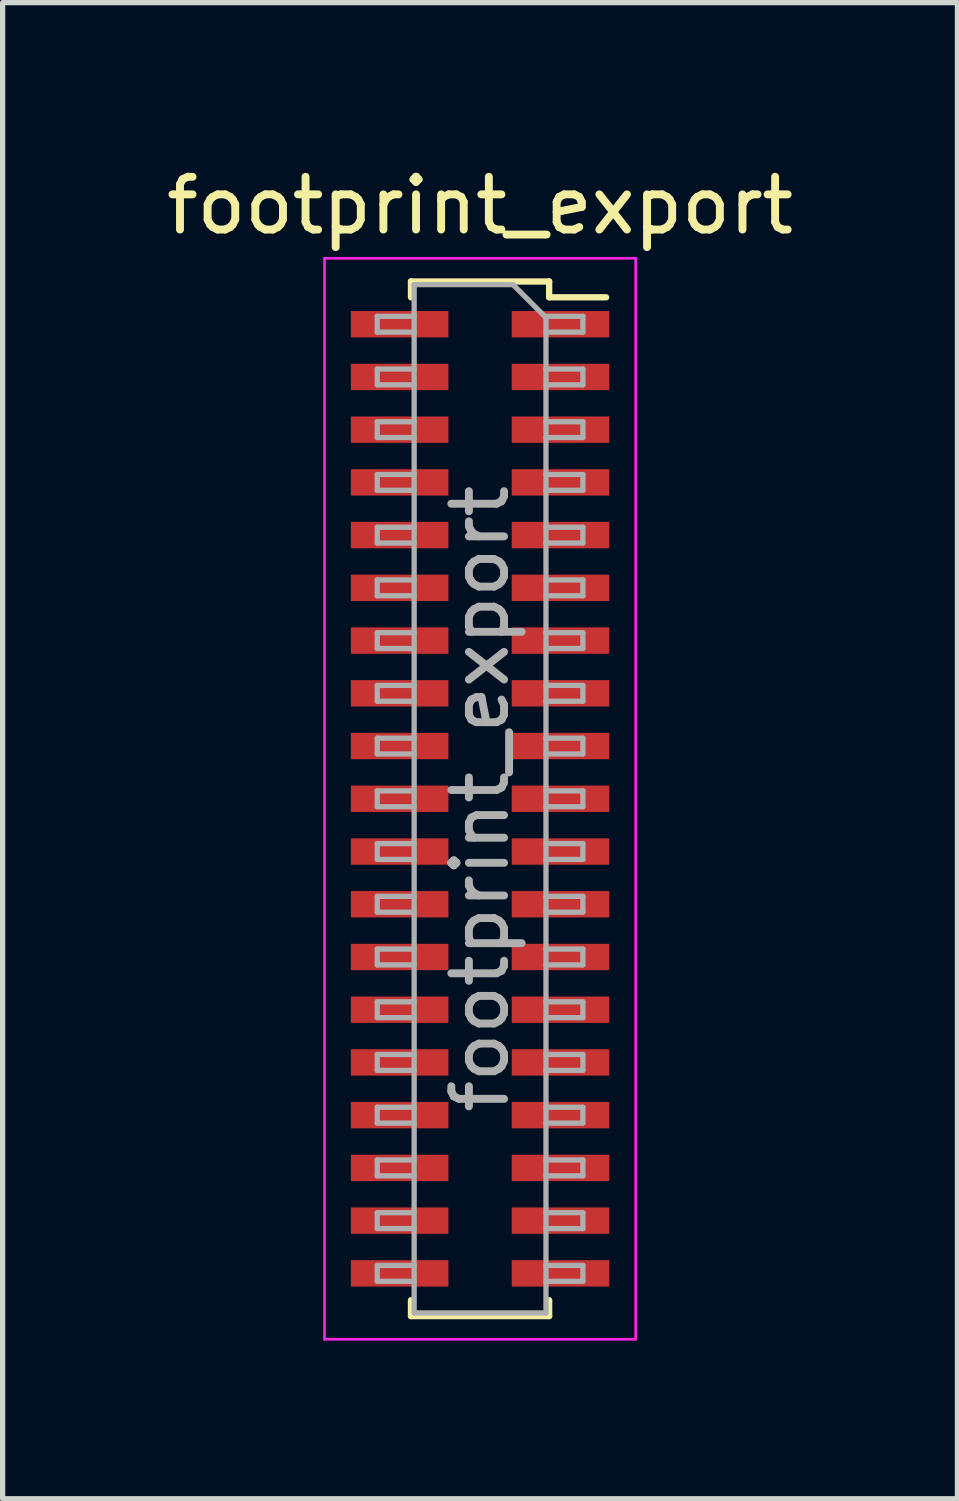
<source format=kicad_pcb>
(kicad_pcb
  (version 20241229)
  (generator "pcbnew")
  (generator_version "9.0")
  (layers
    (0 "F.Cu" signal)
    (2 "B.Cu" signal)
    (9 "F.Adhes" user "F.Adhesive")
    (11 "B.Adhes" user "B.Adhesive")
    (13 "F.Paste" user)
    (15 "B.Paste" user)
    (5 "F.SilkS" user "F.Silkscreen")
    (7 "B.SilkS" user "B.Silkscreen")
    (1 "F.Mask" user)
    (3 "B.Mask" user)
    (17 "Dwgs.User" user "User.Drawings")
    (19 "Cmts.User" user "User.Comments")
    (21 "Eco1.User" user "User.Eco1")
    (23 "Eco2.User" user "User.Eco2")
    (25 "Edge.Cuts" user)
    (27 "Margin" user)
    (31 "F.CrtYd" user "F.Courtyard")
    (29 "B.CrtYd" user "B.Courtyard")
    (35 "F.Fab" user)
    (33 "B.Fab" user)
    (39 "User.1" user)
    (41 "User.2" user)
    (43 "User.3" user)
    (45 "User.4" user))
  (footprint "footprint_export"
    (layer "F.Cu")
    (at 6.054 12.098)
    (property "Reference" "footprint_export" (at 0 -11.25 0) (layer "F.SilkS") (effects (font (size 1 1) (thickness 0.15))))
    (attr smd)
    (fp_line (start -1.31 -9.81) (end -1.31 -9.51) (stroke (width 0.12) (type solid)) (layer "F.SilkS"))
    (fp_line (start -1.31 -9.81) (end 1.31 -9.81) (stroke (width 0.12) (type solid)) (layer "F.SilkS"))
    (fp_line (start -1.31 9.51) (end -1.31 9.81) (stroke (width 0.12) (type solid)) (layer "F.SilkS"))
    (fp_line (start -1.31 9.81) (end 1.31 9.81) (stroke (width 0.12) (type solid)) (layer "F.SilkS"))
    (fp_line (start 1.31 -9.81) (end 1.31 -9.51) (stroke (width 0.12) (type solid)) (layer "F.SilkS"))
    (fp_line (start 1.31 -9.51) (end 2.39 -9.51) (stroke (width 0.12) (type solid)) (layer "F.SilkS"))
    (fp_line (start 1.31 9.51) (end 1.31 9.81) (stroke (width 0.12) (type solid)) (layer "F.SilkS"))
    (fp_line (start -2.95 -10.25) (end 2.95 -10.25) (stroke (width 0.05) (type solid)) (layer "F.CrtYd"))
    (fp_line (start -2.95 10.25) (end -2.95 -10.25) (stroke (width 0.05) (type solid)) (layer "F.CrtYd"))
    (fp_line (start 2.95 -10.25) (end 2.95 10.25) (stroke (width 0.05) (type solid)) (layer "F.CrtYd"))
    (fp_line (start 2.95 10.25) (end -2.95 10.25) (stroke (width 0.05) (type solid)) (layer "F.CrtYd"))
    (fp_line (start -1.95 -9.15) (end -1.25 -9.15) (stroke (width 0.1) (type solid)) (layer "F.Fab"))
    (fp_line (start -1.95 -8.85) (end -1.95 -9.15) (stroke (width 0.1) (type solid)) (layer "F.Fab"))
    (fp_line (start -1.95 -8.15) (end -1.25 -8.15) (stroke (width 0.1) (type solid)) (layer "F.Fab"))
    (fp_line (start -1.95 -7.85) (end -1.95 -8.15) (stroke (width 0.1) (type solid)) (layer "F.Fab"))
    (fp_line (start -1.95 -7.15) (end -1.25 -7.15) (stroke (width 0.1) (type solid)) (layer "F.Fab"))
    (fp_line (start -1.95 -6.85) (end -1.95 -7.15) (stroke (width 0.1) (type solid)) (layer "F.Fab"))
    (fp_line (start -1.95 -6.15) (end -1.25 -6.15) (stroke (width 0.1) (type solid)) (layer "F.Fab"))
    (fp_line (start -1.95 -5.85) (end -1.95 -6.15) (stroke (width 0.1) (type solid)) (layer "F.Fab"))
    (fp_line (start -1.95 -5.15) (end -1.25 -5.15) (stroke (width 0.1) (type solid)) (layer "F.Fab"))
    (fp_line (start -1.95 -4.85) (end -1.95 -5.15) (stroke (width 0.1) (type solid)) (layer "F.Fab"))
    (fp_line (start -1.95 -4.15) (end -1.25 -4.15) (stroke (width 0.1) (type solid)) (layer "F.Fab"))
    (fp_line (start -1.95 -3.85) (end -1.95 -4.15) (stroke (width 0.1) (type solid)) (layer "F.Fab"))
    (fp_line (start -1.95 -3.15) (end -1.25 -3.15) (stroke (width 0.1) (type solid)) (layer "F.Fab"))
    (fp_line (start -1.95 -2.85) (end -1.95 -3.15) (stroke (width 0.1) (type solid)) (layer "F.Fab"))
    (fp_line (start -1.95 -2.15) (end -1.25 -2.15) (stroke (width 0.1) (type solid)) (layer "F.Fab"))
    (fp_line (start -1.95 -1.85) (end -1.95 -2.15) (stroke (width 0.1) (type solid)) (layer "F.Fab"))
    (fp_line (start -1.95 -1.15) (end -1.25 -1.15) (stroke (width 0.1) (type solid)) (layer "F.Fab"))
    (fp_line (start -1.95 -0.85) (end -1.95 -1.15) (stroke (width 0.1) (type solid)) (layer "F.Fab"))
    (fp_line (start -1.95 -0.15) (end -1.25 -0.15) (stroke (width 0.1) (type solid)) (layer "F.Fab"))
    (fp_line (start -1.95 0.15) (end -1.95 -0.15) (stroke (width 0.1) (type solid)) (layer "F.Fab"))
    (fp_line (start -1.95 0.85) (end -1.25 0.85) (stroke (width 0.1) (type solid)) (layer "F.Fab"))
    (fp_line (start -1.95 1.15) (end -1.95 0.85) (stroke (width 0.1) (type solid)) (layer "F.Fab"))
    (fp_line (start -1.95 1.85) (end -1.25 1.85) (stroke (width 0.1) (type solid)) (layer "F.Fab"))
    (fp_line (start -1.95 2.15) (end -1.95 1.85) (stroke (width 0.1) (type solid)) (layer "F.Fab"))
    (fp_line (start -1.95 2.85) (end -1.25 2.85) (stroke (width 0.1) (type solid)) (layer "F.Fab"))
    (fp_line (start -1.95 3.15) (end -1.95 2.85) (stroke (width 0.1) (type solid)) (layer "F.Fab"))
    (fp_line (start -1.95 3.85) (end -1.25 3.85) (stroke (width 0.1) (type solid)) (layer "F.Fab"))
    (fp_line (start -1.95 4.15) (end -1.95 3.85) (stroke (width 0.1) (type solid)) (layer "F.Fab"))
    (fp_line (start -1.95 4.85) (end -1.25 4.85) (stroke (width 0.1) (type solid)) (layer "F.Fab"))
    (fp_line (start -1.95 5.15) (end -1.95 4.85) (stroke (width 0.1) (type solid)) (layer "F.Fab"))
    (fp_line (start -1.95 5.85) (end -1.25 5.85) (stroke (width 0.1) (type solid)) (layer "F.Fab"))
    (fp_line (start -1.95 6.15) (end -1.95 5.85) (stroke (width 0.1) (type solid)) (layer "F.Fab"))
    (fp_line (start -1.95 6.85) (end -1.25 6.85) (stroke (width 0.1) (type solid)) (layer "F.Fab"))
    (fp_line (start -1.95 7.15) (end -1.95 6.85) (stroke (width 0.1) (type solid)) (layer "F.Fab"))
    (fp_line (start -1.95 7.85) (end -1.25 7.85) (stroke (width 0.1) (type solid)) (layer "F.Fab"))
    (fp_line (start -1.95 8.15) (end -1.95 7.85) (stroke (width 0.1) (type solid)) (layer "F.Fab"))
    (fp_line (start -1.95 8.85) (end -1.25 8.85) (stroke (width 0.1) (type solid)) (layer "F.Fab"))
    (fp_line (start -1.95 9.15) (end -1.95 8.85) (stroke (width 0.1) (type solid)) (layer "F.Fab"))
    (fp_line (start -1.25 -9.75) (end 0.625 -9.75) (stroke (width 0.1) (type solid)) (layer "F.Fab"))
    (fp_line (start -1.25 -8.85) (end -1.95 -8.85) (stroke (width 0.1) (type solid)) (layer "F.Fab"))
    (fp_line (start -1.25 -7.85) (end -1.95 -7.85) (stroke (width 0.1) (type solid)) (layer "F.Fab"))
    (fp_line (start -1.25 -6.85) (end -1.95 -6.85) (stroke (width 0.1) (type solid)) (layer "F.Fab"))
    (fp_line (start -1.25 -5.85) (end -1.95 -5.85) (stroke (width 0.1) (type solid)) (layer "F.Fab"))
    (fp_line (start -1.25 -4.85) (end -1.95 -4.85) (stroke (width 0.1) (type solid)) (layer "F.Fab"))
    (fp_line (start -1.25 -3.85) (end -1.95 -3.85) (stroke (width 0.1) (type solid)) (layer "F.Fab"))
    (fp_line (start -1.25 -2.85) (end -1.95 -2.85) (stroke (width 0.1) (type solid)) (layer "F.Fab"))
    (fp_line (start -1.25 -1.85) (end -1.95 -1.85) (stroke (width 0.1) (type solid)) (layer "F.Fab"))
    (fp_line (start -1.25 -0.85) (end -1.95 -0.85) (stroke (width 0.1) (type solid)) (layer "F.Fab"))
    (fp_line (start -1.25 0.15) (end -1.95 0.15) (stroke (width 0.1) (type solid)) (layer "F.Fab"))
    (fp_line (start -1.25 1.15) (end -1.95 1.15) (stroke (width 0.1) (type solid)) (layer "F.Fab"))
    (fp_line (start -1.25 2.15) (end -1.95 2.15) (stroke (width 0.1) (type solid)) (layer "F.Fab"))
    (fp_line (start -1.25 3.15) (end -1.95 3.15) (stroke (width 0.1) (type solid)) (layer "F.Fab"))
    (fp_line (start -1.25 4.15) (end -1.95 4.15) (stroke (width 0.1) (type solid)) (layer "F.Fab"))
    (fp_line (start -1.25 5.15) (end -1.95 5.15) (stroke (width 0.1) (type solid)) (layer "F.Fab"))
    (fp_line (start -1.25 6.15) (end -1.95 6.15) (stroke (width 0.1) (type solid)) (layer "F.Fab"))
    (fp_line (start -1.25 7.15) (end -1.95 7.15) (stroke (width 0.1) (type solid)) (layer "F.Fab"))
    (fp_line (start -1.25 8.15) (end -1.95 8.15) (stroke (width 0.1) (type solid)) (layer "F.Fab"))
    (fp_line (start -1.25 9.15) (end -1.95 9.15) (stroke (width 0.1) (type solid)) (layer "F.Fab"))
    (fp_line (start -1.25 9.75) (end -1.25 -9.75) (stroke (width 0.1) (type solid)) (layer "F.Fab"))
    (fp_line (start 0.625 -9.75) (end 1.25 -9.125) (stroke (width 0.1) (type solid)) (layer "F.Fab"))
    (fp_line (start 1.25 -9.15) (end 1.95 -9.15) (stroke (width 0.1) (type solid)) (layer "F.Fab"))
    (fp_line (start 1.25 -9.125) (end 1.25 9.75) (stroke (width 0.1) (type solid)) (layer "F.Fab"))
    (fp_line (start 1.25 -8.15) (end 1.95 -8.15) (stroke (width 0.1) (type solid)) (layer "F.Fab"))
    (fp_line (start 1.25 -7.15) (end 1.95 -7.15) (stroke (width 0.1) (type solid)) (layer "F.Fab"))
    (fp_line (start 1.25 -6.15) (end 1.95 -6.15) (stroke (width 0.1) (type solid)) (layer "F.Fab"))
    (fp_line (start 1.25 -5.15) (end 1.95 -5.15) (stroke (width 0.1) (type solid)) (layer "F.Fab"))
    (fp_line (start 1.25 -4.15) (end 1.95 -4.15) (stroke (width 0.1) (type solid)) (layer "F.Fab"))
    (fp_line (start 1.25 -3.15) (end 1.95 -3.15) (stroke (width 0.1) (type solid)) (layer "F.Fab"))
    (fp_line (start 1.25 -2.15) (end 1.95 -2.15) (stroke (width 0.1) (type solid)) (layer "F.Fab"))
    (fp_line (start 1.25 -1.15) (end 1.95 -1.15) (stroke (width 0.1) (type solid)) (layer "F.Fab"))
    (fp_line (start 1.25 -0.15) (end 1.95 -0.15) (stroke (width 0.1) (type solid)) (layer "F.Fab"))
    (fp_line (start 1.25 0.85) (end 1.95 0.85) (stroke (width 0.1) (type solid)) (layer "F.Fab"))
    (fp_line (start 1.25 1.85) (end 1.95 1.85) (stroke (width 0.1) (type solid)) (layer "F.Fab"))
    (fp_line (start 1.25 2.85) (end 1.95 2.85) (stroke (width 0.1) (type solid)) (layer "F.Fab"))
    (fp_line (start 1.25 3.85) (end 1.95 3.85) (stroke (width 0.1) (type solid)) (layer "F.Fab"))
    (fp_line (start 1.25 4.85) (end 1.95 4.85) (stroke (width 0.1) (type solid)) (layer "F.Fab"))
    (fp_line (start 1.25 5.85) (end 1.95 5.85) (stroke (width 0.1) (type solid)) (layer "F.Fab"))
    (fp_line (start 1.25 6.85) (end 1.95 6.85) (stroke (width 0.1) (type solid)) (layer "F.Fab"))
    (fp_line (start 1.25 7.85) (end 1.95 7.85) (stroke (width 0.1) (type solid)) (layer "F.Fab"))
    (fp_line (start 1.25 8.85) (end 1.95 8.85) (stroke (width 0.1) (type solid)) (layer "F.Fab"))
    (fp_line (start 1.25 9.75) (end -1.25 9.75) (stroke (width 0.1) (type solid)) (layer "F.Fab"))
    (fp_line (start 1.95 -9.15) (end 1.95 -8.85) (stroke (width 0.1) (type solid)) (layer "F.Fab"))
    (fp_line (start 1.95 -8.85) (end 1.25 -8.85) (stroke (width 0.1) (type solid)) (layer "F.Fab"))
    (fp_line (start 1.95 -8.15) (end 1.95 -7.85) (stroke (width 0.1) (type solid)) (layer "F.Fab"))
    (fp_line (start 1.95 -7.85) (end 1.25 -7.85) (stroke (width 0.1) (type solid)) (layer "F.Fab"))
    (fp_line (start 1.95 -7.15) (end 1.95 -6.85) (stroke (width 0.1) (type solid)) (layer "F.Fab"))
    (fp_line (start 1.95 -6.85) (end 1.25 -6.85) (stroke (width 0.1) (type solid)) (layer "F.Fab"))
    (fp_line (start 1.95 -6.15) (end 1.95 -5.85) (stroke (width 0.1) (type solid)) (layer "F.Fab"))
    (fp_line (start 1.95 -5.85) (end 1.25 -5.85) (stroke (width 0.1) (type solid)) (layer "F.Fab"))
    (fp_line (start 1.95 -5.15) (end 1.95 -4.85) (stroke (width 0.1) (type solid)) (layer "F.Fab"))
    (fp_line (start 1.95 -4.85) (end 1.25 -4.85) (stroke (width 0.1) (type solid)) (layer "F.Fab"))
    (fp_line (start 1.95 -4.15) (end 1.95 -3.85) (stroke (width 0.1) (type solid)) (layer "F.Fab"))
    (fp_line (start 1.95 -3.85) (end 1.25 -3.85) (stroke (width 0.1) (type solid)) (layer "F.Fab"))
    (fp_line (start 1.95 -3.15) (end 1.95 -2.85) (stroke (width 0.1) (type solid)) (layer "F.Fab"))
    (fp_line (start 1.95 -2.85) (end 1.25 -2.85) (stroke (width 0.1) (type solid)) (layer "F.Fab"))
    (fp_line (start 1.95 -2.15) (end 1.95 -1.85) (stroke (width 0.1) (type solid)) (layer "F.Fab"))
    (fp_line (start 1.95 -1.85) (end 1.25 -1.85) (stroke (width 0.1) (type solid)) (layer "F.Fab"))
    (fp_line (start 1.95 -1.15) (end 1.95 -0.85) (stroke (width 0.1) (type solid)) (layer "F.Fab"))
    (fp_line (start 1.95 -0.85) (end 1.25 -0.85) (stroke (width 0.1) (type solid)) (layer "F.Fab"))
    (fp_line (start 1.95 -0.15) (end 1.95 0.15) (stroke (width 0.1) (type solid)) (layer "F.Fab"))
    (fp_line (start 1.95 0.15) (end 1.25 0.15) (stroke (width 0.1) (type solid)) (layer "F.Fab"))
    (fp_line (start 1.95 0.85) (end 1.95 1.15) (stroke (width 0.1) (type solid)) (layer "F.Fab"))
    (fp_line (start 1.95 1.15) (end 1.25 1.15) (stroke (width 0.1) (type solid)) (layer "F.Fab"))
    (fp_line (start 1.95 1.85) (end 1.95 2.15) (stroke (width 0.1) (type solid)) (layer "F.Fab"))
    (fp_line (start 1.95 2.15) (end 1.25 2.15) (stroke (width 0.1) (type solid)) (layer "F.Fab"))
    (fp_line (start 1.95 2.85) (end 1.95 3.15) (stroke (width 0.1) (type solid)) (layer "F.Fab"))
    (fp_line (start 1.95 3.15) (end 1.25 3.15) (stroke (width 0.1) (type solid)) (layer "F.Fab"))
    (fp_line (start 1.95 3.85) (end 1.95 4.15) (stroke (width 0.1) (type solid)) (layer "F.Fab"))
    (fp_line (start 1.95 4.15) (end 1.25 4.15) (stroke (width 0.1) (type solid)) (layer "F.Fab"))
    (fp_line (start 1.95 4.85) (end 1.95 5.15) (stroke (width 0.1) (type solid)) (layer "F.Fab"))
    (fp_line (start 1.95 5.15) (end 1.25 5.15) (stroke (width 0.1) (type solid)) (layer "F.Fab"))
    (fp_line (start 1.95 5.85) (end 1.95 6.15) (stroke (width 0.1) (type solid)) (layer "F.Fab"))
    (fp_line (start 1.95 6.15) (end 1.25 6.15) (stroke (width 0.1) (type solid)) (layer "F.Fab"))
    (fp_line (start 1.95 6.85) (end 1.95 7.15) (stroke (width 0.1) (type solid)) (layer "F.Fab"))
    (fp_line (start 1.95 7.15) (end 1.25 7.15) (stroke (width 0.1) (type solid)) (layer "F.Fab"))
    (fp_line (start 1.95 7.85) (end 1.95 8.15) (stroke (width 0.1) (type solid)) (layer "F.Fab"))
    (fp_line (start 1.95 8.15) (end 1.25 8.15) (stroke (width 0.1) (type solid)) (layer "F.Fab"))
    (fp_line (start 1.95 8.85) (end 1.95 9.15) (stroke (width 0.1) (type solid)) (layer "F.Fab"))
    (fp_line (start 1.95 9.15) (end 1.25 9.15) (stroke (width 0.1) (type solid)) (layer "F.Fab"))
    (fp_text user "${REFERENCE}" (at 0 0 90) (layer "F.Fab") (effects (font (size 1 1) (thickness 0.15))))
    (pad "1" smd rect (at 1.525 -9) (size 1.85 0.5) (layers "F.Cu" "F.Mask" "F.Paste"))
    (pad "2" smd rect (at -1.525 -9) (size 1.85 0.5) (layers "F.Cu" "F.Mask" "F.Paste"))
    (pad "3" smd rect (at 1.525 -8) (size 1.85 0.5) (layers "F.Cu" "F.Mask" "F.Paste"))
    (pad "4" smd rect (at -1.525 -8) (size 1.85 0.5) (layers "F.Cu" "F.Mask" "F.Paste"))
    (pad "5" smd rect (at 1.525 -7) (size 1.85 0.5) (layers "F.Cu" "F.Mask" "F.Paste"))
    (pad "6" smd rect (at -1.525 -7) (size 1.85 0.5) (layers "F.Cu" "F.Mask" "F.Paste"))
    (pad "7" smd rect (at 1.525 -6) (size 1.85 0.5) (layers "F.Cu" "F.Mask" "F.Paste"))
    (pad "8" smd rect (at -1.525 -6) (size 1.85 0.5) (layers "F.Cu" "F.Mask" "F.Paste"))
    (pad "9" smd rect (at 1.525 -5) (size 1.85 0.5) (layers "F.Cu" "F.Mask" "F.Paste"))
    (pad "10" smd rect (at -1.525 -5) (size 1.85 0.5) (layers "F.Cu" "F.Mask" "F.Paste"))
    (pad "11" smd rect (at 1.525 -4) (size 1.85 0.5) (layers "F.Cu" "F.Mask" "F.Paste"))
    (pad "12" smd rect (at -1.525 -4) (size 1.85 0.5) (layers "F.Cu" "F.Mask" "F.Paste"))
    (pad "13" smd rect (at 1.525 -3) (size 1.85 0.5) (layers "F.Cu" "F.Mask" "F.Paste"))
    (pad "14" smd rect (at -1.525 -3) (size 1.85 0.5) (layers "F.Cu" "F.Mask" "F.Paste"))
    (pad "15" smd rect (at 1.525 -2) (size 1.85 0.5) (layers "F.Cu" "F.Mask" "F.Paste"))
    (pad "16" smd rect (at -1.525 -2) (size 1.85 0.5) (layers "F.Cu" "F.Mask" "F.Paste"))
    (pad "17" smd rect (at 1.525 -1) (size 1.85 0.5) (layers "F.Cu" "F.Mask" "F.Paste"))
    (pad "18" smd rect (at -1.525 -1) (size 1.85 0.5) (layers "F.Cu" "F.Mask" "F.Paste"))
    (pad "19" smd rect (at 1.525 0) (size 1.85 0.5) (layers "F.Cu" "F.Mask" "F.Paste"))
    (pad "20" smd rect (at -1.525 0) (size 1.85 0.5) (layers "F.Cu" "F.Mask" "F.Paste"))
    (pad "21" smd rect (at 1.525 1) (size 1.85 0.5) (layers "F.Cu" "F.Mask" "F.Paste"))
    (pad "22" smd rect (at -1.525 1) (size 1.85 0.5) (layers "F.Cu" "F.Mask" "F.Paste"))
    (pad "23" smd rect (at 1.525 2) (size 1.85 0.5) (layers "F.Cu" "F.Mask" "F.Paste"))
    (pad "24" smd rect (at -1.525 2) (size 1.85 0.5) (layers "F.Cu" "F.Mask" "F.Paste"))
    (pad "25" smd rect (at 1.525 3) (size 1.85 0.5) (layers "F.Cu" "F.Mask" "F.Paste"))
    (pad "26" smd rect (at -1.525 3) (size 1.85 0.5) (layers "F.Cu" "F.Mask" "F.Paste"))
    (pad "27" smd rect (at 1.525 4) (size 1.85 0.5) (layers "F.Cu" "F.Mask" "F.Paste"))
    (pad "28" smd rect (at -1.525 4) (size 1.85 0.5) (layers "F.Cu" "F.Mask" "F.Paste"))
    (pad "29" smd rect (at 1.525 5) (size 1.85 0.5) (layers "F.Cu" "F.Mask" "F.Paste"))
    (pad "30" smd rect (at -1.525 5) (size 1.85 0.5) (layers "F.Cu" "F.Mask" "F.Paste"))
    (pad "31" smd rect (at 1.525 6) (size 1.85 0.5) (layers "F.Cu" "F.Mask" "F.Paste"))
    (pad "32" smd rect (at -1.525 6) (size 1.85 0.5) (layers "F.Cu" "F.Mask" "F.Paste"))
    (pad "33" smd rect (at 1.525 7) (size 1.85 0.5) (layers "F.Cu" "F.Mask" "F.Paste"))
    (pad "34" smd rect (at -1.525 7) (size 1.85 0.5) (layers "F.Cu" "F.Mask" "F.Paste"))
    (pad "35" smd rect (at 1.525 8) (size 1.85 0.5) (layers "F.Cu" "F.Mask" "F.Paste"))
    (pad "36" smd rect (at -1.525 8) (size 1.85 0.5) (layers "F.Cu" "F.Mask" "F.Paste"))
    (pad "37" smd rect (at 1.525 9) (size 1.85 0.5) (layers "F.Cu" "F.Mask" "F.Paste"))
    (pad "38" smd rect (at -1.525 9) (size 1.85 0.5) (layers "F.Cu" "F.Mask" "F.Paste")))
  (gr_rect
    (start -3 -3)
    (end 15.107 25.373)
    (stroke (width 0.1) (type default))
    (fill no)
    (layer "Edge.Cuts")))
</source>
